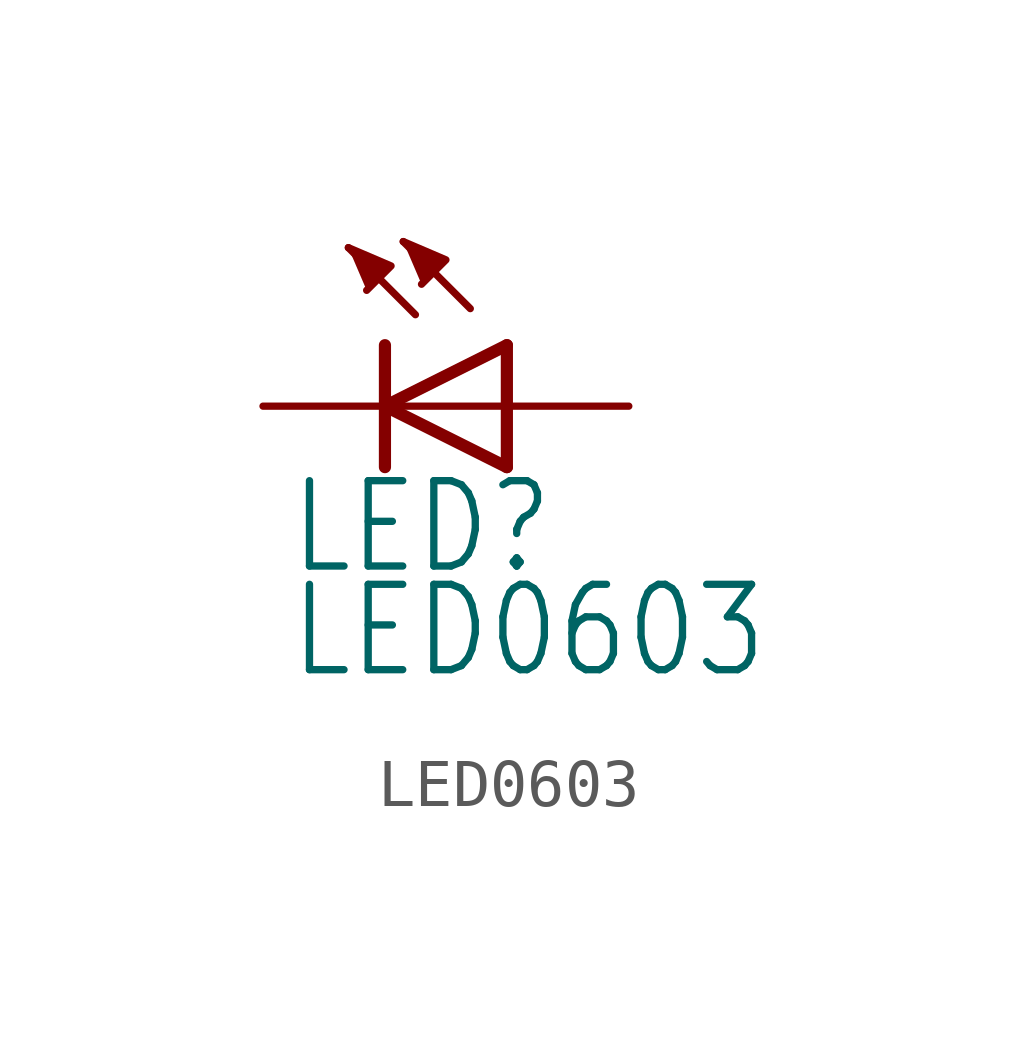
<source format=kicad_sym>
(kicad_symbol_lib
  (version 20211014)
  (generator kicad_symbol_editor)
  (symbol "LED0603"
    (property "Reference" "LED"
      (at -2.032 -3.556 0)
      (effects (font (size 1.778 1.511)) (justify left bottom)))
    (property "Value" "LED0603"
      (at -2.032 -5.715 0)
      (effects (font (size 1.778 1.511)) (justify left bottom)))
    (property "ki_locked" ""
      (at 0 0 0)
      (effects (font (size 1.27 1.27))))
    (symbol "LED0603_1_0"
      (polyline (pts (xy 0 -1.27) (xy 0 0)) (stroke (width 0.254) (type default) (color 0 0 0 0)) (fill (type none)))
      (polyline (pts (xy 0 0) (xy 0 1.27)) (stroke (width 0.254) (type default) (color 0 0 0 0)) (fill (type none)))
      (polyline (pts (xy 0 0) (xy 2.54 1.27)) (stroke (width 0.254) (type default) (color 0 0 0 0)) (fill (type none)))
      (polyline (pts (xy 0.635 1.905) (xy -0.762 3.302)) (stroke (width 0.152) (type default) (color 0 0 0 0)) (fill (type none)))
      (polyline (pts (xy 1.778 2.032) (xy 0.381 3.429)) (stroke (width 0.152) (type default) (color 0 0 0 0)) (fill (type none)))
      (polyline (pts (xy 2.54 -1.27) (xy 0 0)) (stroke (width 0.254) (type default) (color 0 0 0 0)) (fill (type none)))
      (polyline (pts (xy 2.54 -1.27) (xy 2.54 0)) (stroke (width 0.254) (type default) (color 0 0 0 0)) (fill (type none)))
      (polyline (pts (xy 2.54 0) (xy 0 0)) (stroke (width 0.152) (type default) (color 0 0 0 0)) (fill (type none)))
      (polyline (pts (xy 2.54 0) (xy 2.54 1.27)) (stroke (width 0.254) (type default) (color 0 0 0 0)) (fill (type none)))
      (polyline (pts (xy -0.762 3.302) (xy 0.127 2.921) (xy -0.381 2.413)) (stroke (width 0) (type default) (color 0 0 0 0)) (fill (type outline)))
      (polyline (pts (xy 0.381 3.429) (xy 1.27 3.048) (xy 0.762 2.54)) (stroke (width 0) (type default) (color 0 0 0 0)) (fill (type outline)))
      (pin passive line (at 5.08 0 180) (length 2.54) (name "A" (effects (font (size 0 0)))) (number "A" (effects (font (size 0 0)))))
      (pin passive line (at -2.54 0 0) (length 2.54) (name "C" (effects (font (size 0 0)))) (number "C" (effects (font (size 0 0))))))))
</source>
